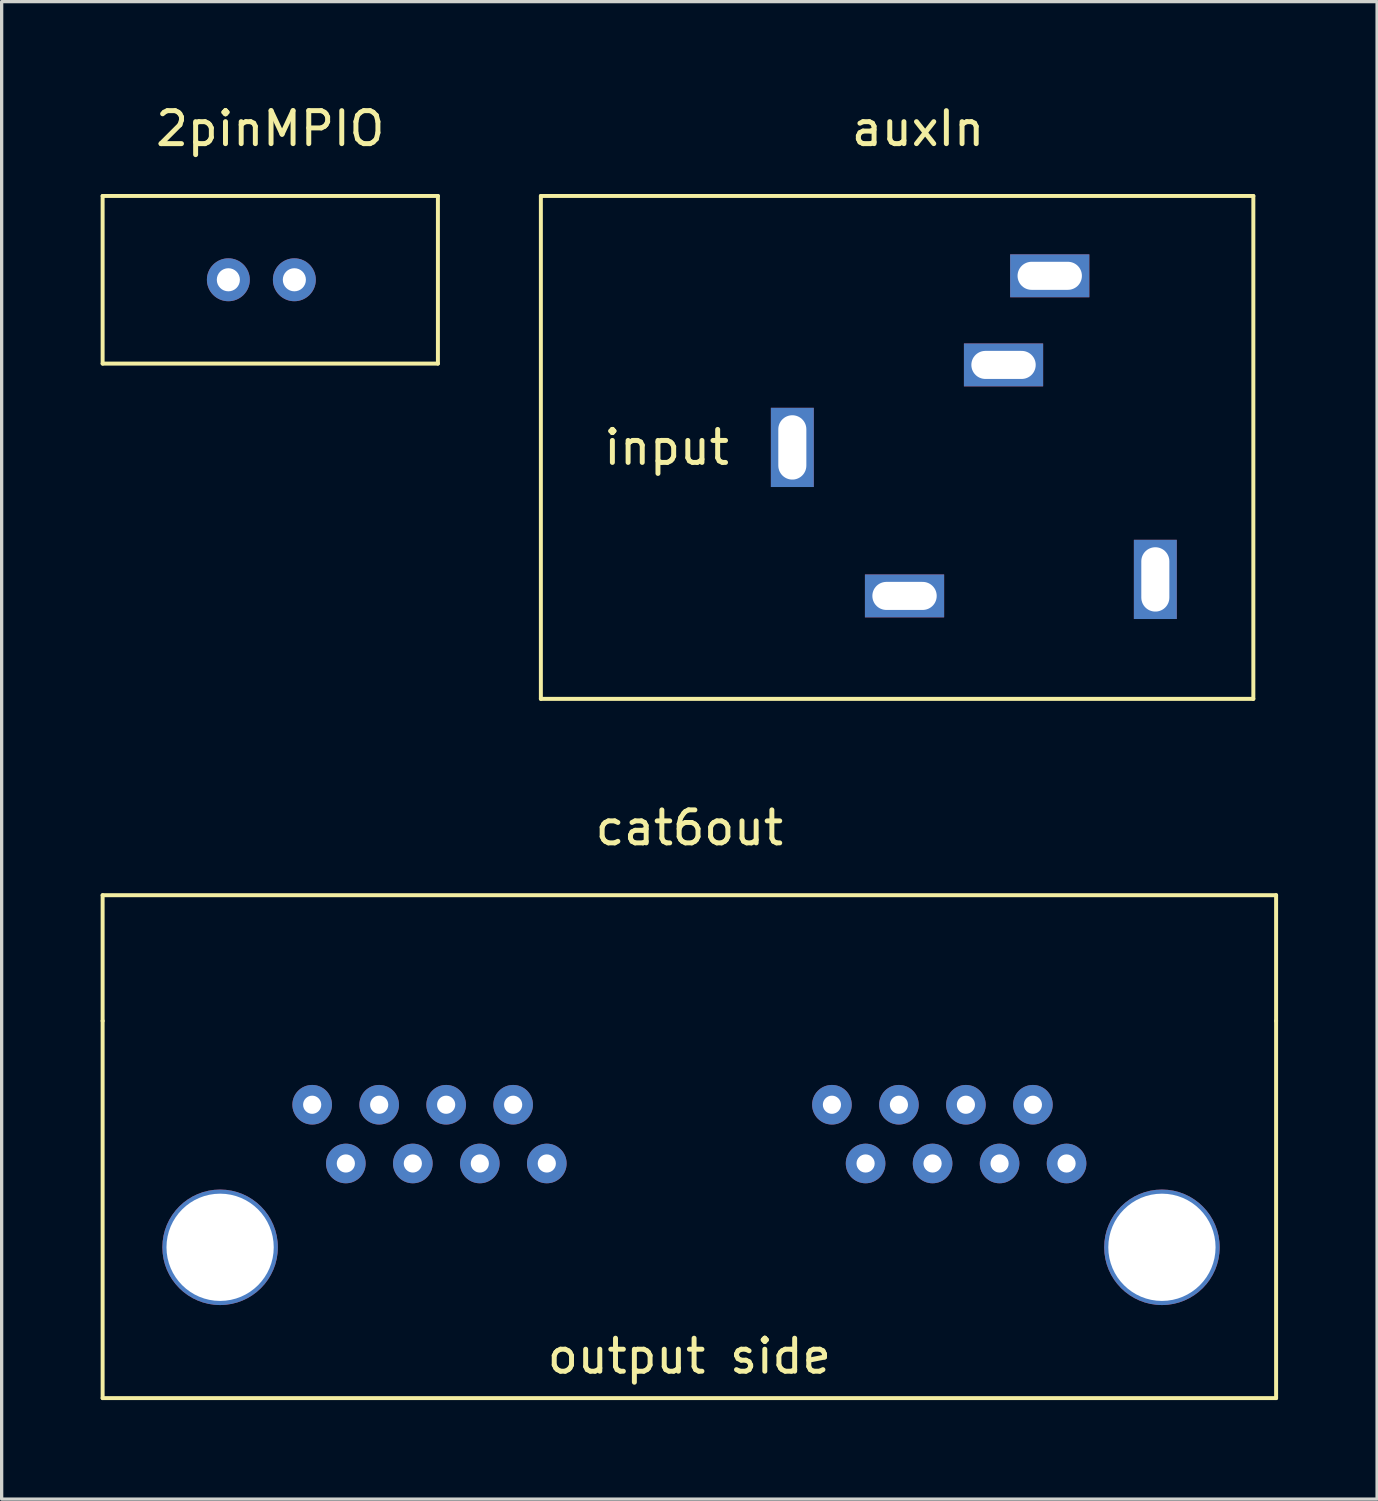
<source format=kicad_pcb>
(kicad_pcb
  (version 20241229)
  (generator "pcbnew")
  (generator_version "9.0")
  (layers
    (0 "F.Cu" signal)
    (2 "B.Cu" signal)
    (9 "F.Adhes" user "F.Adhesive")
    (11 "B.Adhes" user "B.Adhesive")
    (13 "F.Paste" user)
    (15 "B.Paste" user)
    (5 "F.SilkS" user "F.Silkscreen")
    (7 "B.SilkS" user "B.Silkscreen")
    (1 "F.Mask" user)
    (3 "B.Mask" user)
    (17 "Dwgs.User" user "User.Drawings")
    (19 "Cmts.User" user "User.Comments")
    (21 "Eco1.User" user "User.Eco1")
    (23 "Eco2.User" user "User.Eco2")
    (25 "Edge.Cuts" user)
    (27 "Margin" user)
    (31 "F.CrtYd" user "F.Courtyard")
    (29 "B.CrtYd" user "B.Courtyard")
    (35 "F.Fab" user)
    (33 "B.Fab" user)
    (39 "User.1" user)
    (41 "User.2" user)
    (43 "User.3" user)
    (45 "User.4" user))
  (footprint "auxIn"
    (layer "F.Cu")
    (at 20.96 10.508)
    (property "Reference" "auxIn" (at 3.81 -9.66 0) (layer "F.SilkS") (effects (font (size 1 1) (thickness 0.15))))
    (attr through_hole)
    (fp_line (start -7.62 -7.62) (end 13.97 -7.62) (stroke (width 0.12) (type solid)) (layer "F.SilkS"))
    (fp_line (start -7.62 7.62) (end -7.62 -7.62) (stroke (width 0.12) (type solid)) (layer "F.SilkS"))
    (fp_line (start 13.97 -7.62) (end 13.97 7.62) (stroke (width 0.12) (type solid)) (layer "F.SilkS"))
    (fp_line (start 13.97 7.62) (end -7.62 7.62) (stroke (width 0.12) (type solid)) (layer "F.SilkS"))
    (fp_text user "input" (at -3.81 0 0) (layer "F.SilkS") (effects (font (size 1 1) (thickness 0.15))))
    (pad "1" thru_hole rect (at 0 0) (size 1.3 2.4) (drill oval 0.85 1.95) (layers "*.Cu" "*.Mask"))
    (pad "2" thru_hole rect (at 7.8 -5.2 270) (size 1.3 2.4) (drill oval 0.85 1.95) (layers "*.Cu" "*.Mask"))
    (pad "3" thru_hole rect (at 6.4 -2.5 270) (size 1.3 2.4) (drill oval 0.85 1.95) (layers "*.Cu" "*.Mask"))
    (pad "4" thru_hole rect (at 11 4) (size 1.3 2.4) (drill oval 0.85 1.95) (layers "*.Cu" "*.Mask"))
    (pad "5" thru_hole rect (at 3.4 4.5 270) (size 1.3 2.4) (drill oval 0.85 1.95) (layers "*.Cu" "*.Mask")))
  (footprint "2pinMPIO"
    (layer "F.Cu")
    (at 3.87 5.428)
    (property "Reference" "2pinMPIO" (at 1.27 -4.58 0) (layer "F.SilkS") (effects (font (size 1 1) (thickness 0.15))))
    (attr through_hole)
    (fp_line (start -3.81 -2.54) (end 6.35 -2.54) (stroke (width 0.12) (type solid)) (layer "F.SilkS"))
    (fp_line (start -3.81 2.54) (end -3.81 -2.54) (stroke (width 0.12) (type solid)) (layer "F.SilkS"))
    (fp_line (start 6.35 -2.54) (end 6.35 2.54) (stroke (width 0.12) (type solid)) (layer "F.SilkS"))
    (fp_line (start 6.35 2.54) (end -3.81 2.54) (stroke (width 0.12) (type solid)) (layer "F.SilkS"))
    (pad "1" thru_hole circle (at 0 0) (size 1.3 1.3) (drill 0.7) (layers "*.Cu" "*.Mask"))
    (pad "2" thru_hole circle (at 2 0) (size 1.3 1.3) (drill 0.7) (layers "*.Cu" "*.Mask")))
  (footprint "cat6out"
    (layer "F.Cu")
    (at 6.41 30.427)
    (property "Reference" "cat6out" (at 11.43 -8.39 0) (layer "F.SilkS") (effects (font (size 1 1) (thickness 0.15))))
    (attr through_hole)
    (fp_line (start -6.35 -6.35) (end 29.21 -6.35) (stroke (width 0.12) (type solid)) (layer "F.SilkS"))
    (fp_line (start -6.35 -2.54) (end -6.35 -6.35) (stroke (width 0.12) (type solid)) (layer "F.SilkS"))
    (fp_line (start -6.35 8.89) (end -6.35 -2.54) (stroke (width 0.12) (type solid)) (layer "F.SilkS"))
    (fp_line (start 29.21 -6.35) (end 29.21 -2.54) (stroke (width 0.12) (type solid)) (layer "F.SilkS"))
    (fp_line (start 29.21 -2.54) (end 29.21 8.89) (stroke (width 0.12) (type solid)) (layer "F.SilkS"))
    (fp_line (start 29.21 8.89) (end -6.35 8.89) (stroke (width 0.12) (type solid)) (layer "F.SilkS"))
    (fp_text user "output side" (at 11.43 7.62 0) (layer "F.SilkS") (effects (font (size 1 1) (thickness 0.15))))
    (pad "" np_thru_hole circle (at -2.79 4.32) (size 3.5 3.5) (drill 3.25) (layers "*.Cu" "*.Mask"))
    (pad "" np_thru_hole circle (at 25.75 4.32) (size 3.5 3.5) (drill 3.25) (layers "*.Cu" "*.Mask"))
    (pad "1a" thru_hole circle (at 15.75 0) (size 1.2 1.2) (drill 0.55) (layers "*.Cu" "*.Mask"))
    (pad "1b" thru_hole circle (at 0 0) (size 1.2 1.2) (drill 0.55) (layers "*.Cu" "*.Mask"))
    (pad "2a" thru_hole circle (at 17.78 0) (size 1.2 1.2) (drill 0.55) (layers "*.Cu" "*.Mask"))
    (pad "2b" thru_hole circle (at 2.03 0) (size 1.2 1.2) (drill 0.55) (layers "*.Cu" "*.Mask"))
    (pad "3a" thru_hole circle (at 19.81 0) (size 1.2 1.2) (drill 0.55) (layers "*.Cu" "*.Mask"))
    (pad "3b" thru_hole circle (at 4.06 0) (size 1.2 1.2) (drill 0.55) (layers "*.Cu" "*.Mask"))
    (pad "4a" thru_hole circle (at 21.84 0) (size 1.2 1.2) (drill 0.55) (layers "*.Cu" "*.Mask"))
    (pad "4b" thru_hole circle (at 6.09 0) (size 1.2 1.2) (drill 0.55) (layers "*.Cu" "*.Mask"))
    (pad "5a" thru_hole circle (at 16.77 1.78) (size 1.2 1.2) (drill 0.55) (layers "*.Cu" "*.Mask"))
    (pad "5b" thru_hole circle (at 1.02 1.78) (size 1.2 1.2) (drill 0.55) (layers "*.Cu" "*.Mask"))
    (pad "6a" thru_hole circle (at 18.8 1.78) (size 1.2 1.2) (drill 0.55) (layers "*.Cu" "*.Mask"))
    (pad "6b" thru_hole circle (at 3.05 1.78) (size 1.2 1.2) (drill 0.55) (layers "*.Cu" "*.Mask"))
    (pad "7a" thru_hole circle (at 20.83 1.78) (size 1.2 1.2) (drill 0.55) (layers "*.Cu" "*.Mask"))
    (pad "7b" thru_hole circle (at 5.08 1.78) (size 1.2 1.2) (drill 0.55) (layers "*.Cu" "*.Mask"))
    (pad "8a" thru_hole circle (at 22.86 1.78) (size 1.2 1.2) (drill 0.55) (layers "*.Cu" "*.Mask"))
    (pad "8b" thru_hole circle (at 7.11 1.78) (size 1.2 1.2) (drill 0.55) (layers "*.Cu" "*.Mask")))
  (gr_rect
    (start -3 -3)
    (end 38.68 42.377)
    (stroke (width 0.1) (type default))
    (fill no)
    (layer "Edge.Cuts")))
</source>
